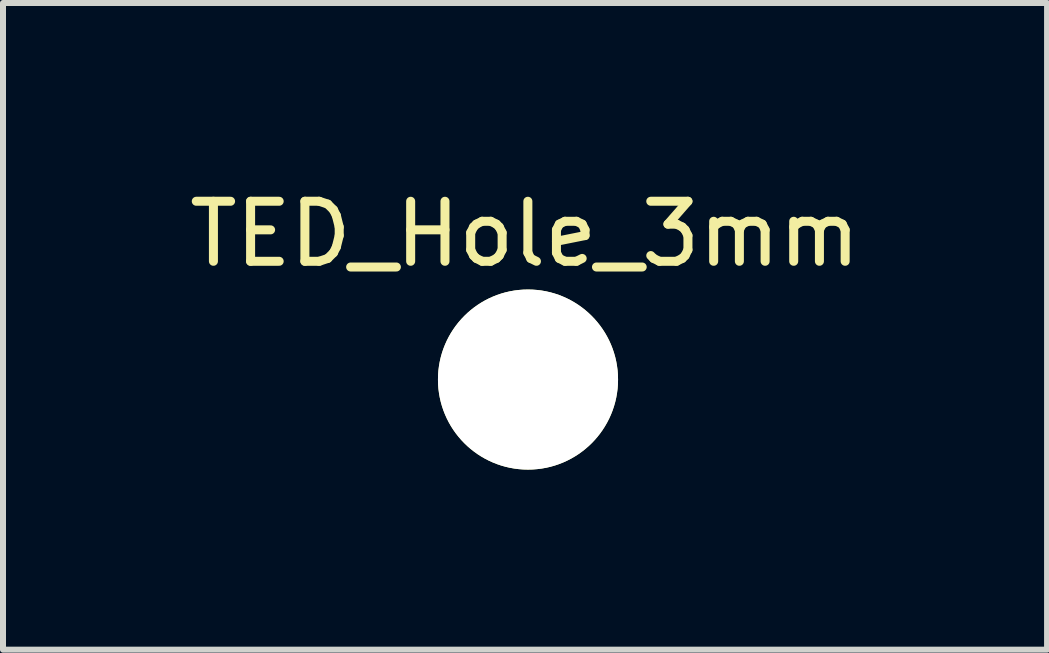
<source format=kicad_pcb>
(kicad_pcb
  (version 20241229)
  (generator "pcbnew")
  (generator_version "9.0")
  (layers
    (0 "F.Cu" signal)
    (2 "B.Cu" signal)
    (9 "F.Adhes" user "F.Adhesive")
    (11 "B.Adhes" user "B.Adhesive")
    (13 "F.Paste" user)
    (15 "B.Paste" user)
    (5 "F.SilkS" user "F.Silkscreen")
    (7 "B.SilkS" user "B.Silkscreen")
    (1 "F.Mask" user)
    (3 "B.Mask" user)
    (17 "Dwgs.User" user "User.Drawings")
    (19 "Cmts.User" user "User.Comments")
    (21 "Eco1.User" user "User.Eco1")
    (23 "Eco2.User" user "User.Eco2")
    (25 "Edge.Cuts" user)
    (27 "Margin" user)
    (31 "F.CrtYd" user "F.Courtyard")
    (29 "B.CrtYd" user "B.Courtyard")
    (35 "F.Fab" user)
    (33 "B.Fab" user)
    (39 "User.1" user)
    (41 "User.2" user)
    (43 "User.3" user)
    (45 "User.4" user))
  (footprint "TED_Hole_3mm"
    (layer "F.Cu")
    (at 5.746 3.273)
    (property "Reference" "TED_Hole_3mm" (at -0.05 -2.425 0) (layer "F.SilkS") (effects (font (size 1 1) (thickness 0.15))))
    (attr through_hole)
    (pad "" np_thru_hole circle (at 0 0) (size 3 3) (drill 3) (layers "*.Cu" "*.Mask" "F.SilkS")))
  (gr_rect
    (start -3 -3)
    (end 14.393 7.773)
    (stroke (width 0.1) (type default))
    (fill no)
    (layer "Edge.Cuts")))
</source>
